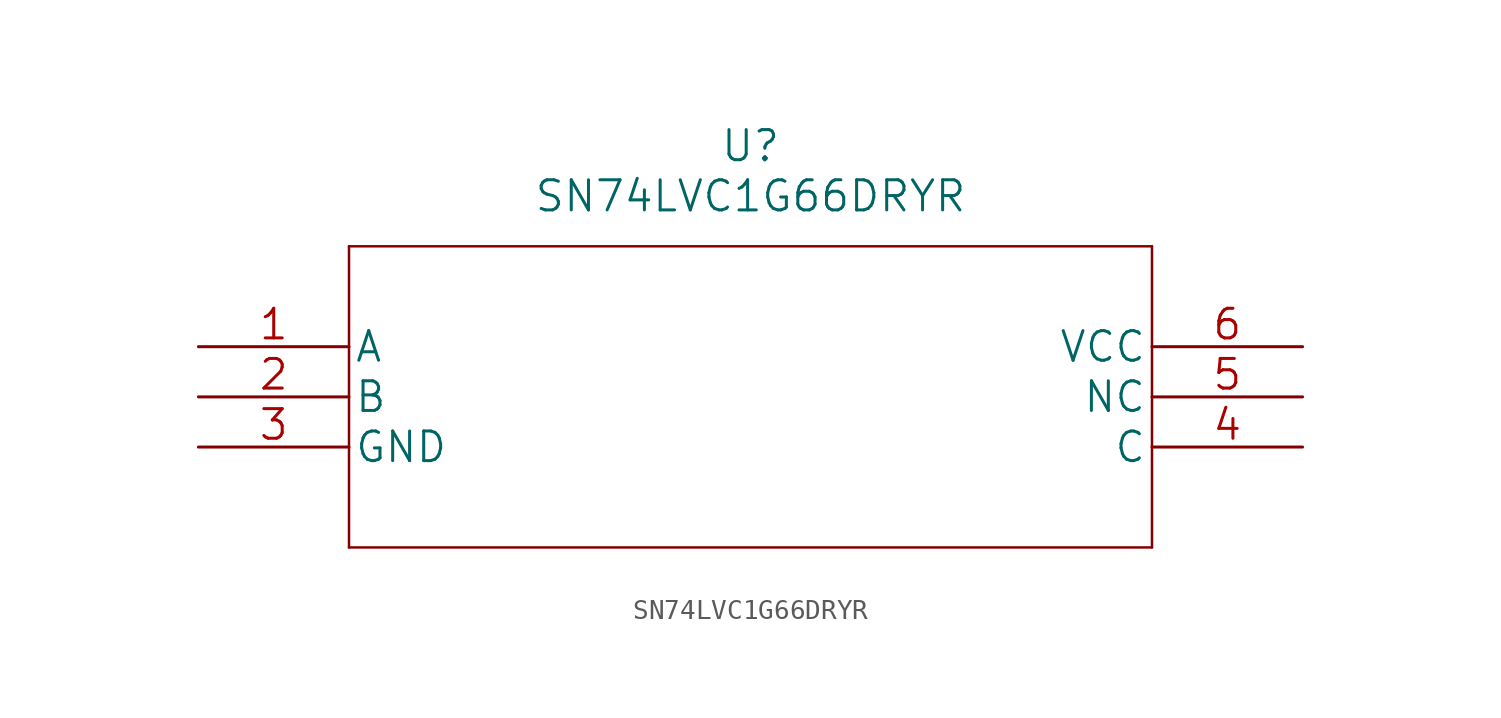
<source format=kicad_sym>
(kicad_symbol_lib
  (version 20211014)
  (generator kicad_symbol_editor)
  (symbol "SN74LVC1G66DRYR"
    (pin_names
      (offset 0.254))
    (property "Reference" "U"
      (at 27.94 10.16 0)
      (effects (font (size 1.524 1.524))))
    (property "Value" "SN74LVC1G66DRYR"
      (at 27.94 7.62 0)
      (effects (font (size 1.524 1.524))))
    (property "Datasheet" ""
      (at 0 0 0)
      (effects (font (size 1.524 1.524))))
    (property "ki_locked" ""
      (at 0 0 0)
      (effects (font (size 1.27 1.27))))
    (symbol "SN74LVC1G66DRYR_1_1"
      (polyline (pts (xy 7.62 -10.16) (xy 48.26 -10.16)) (stroke (width 0.127) (type default) (color 0 0 0 0)) (fill (type none)))
      (polyline (pts (xy 7.62 5.08) (xy 7.62 -10.16)) (stroke (width 0.127) (type default) (color 0 0 0 0)) (fill (type none)))
      (polyline (pts (xy 48.26 -10.16) (xy 48.26 5.08)) (stroke (width 0.127) (type default) (color 0 0 0 0)) (fill (type none)))
      (polyline (pts (xy 48.26 5.08) (xy 7.62 5.08)) (stroke (width 0.127) (type default) (color 0 0 0 0)) (fill (type none)))
      (pin input line (at 0 0 0) (length 7.62) (name "A" (effects (font (size 1.499 1.499)))) (number "1" (effects (font (size 1.499 1.499)))))
      (pin input line (at 0 -2.54 0) (length 7.62) (name "B" (effects (font (size 1.499 1.499)))) (number "2" (effects (font (size 1.499 1.499)))))
      (pin power_in line (at 0 -5.08 0) (length 7.62) (name "GND" (effects (font (size 1.499 1.499)))) (number "3" (effects (font (size 1.499 1.499)))))
      (pin input line (at 55.88 -5.08 180) (length 7.62) (name "C" (effects (font (size 1.499 1.499)))) (number "4" (effects (font (size 1.499 1.499)))))
      (pin unspecified line (at 55.88 -2.54 180) (length 7.62) (name "NC" (effects (font (size 1.499 1.499)))) (number "5" (effects (font (size 1.499 1.499)))))
      (pin power_in line (at 55.88 0 180) (length 7.62) (name "VCC" (effects (font (size 1.499 1.499)))) (number "6" (effects (font (size 1.499 1.499))))))))
</source>
